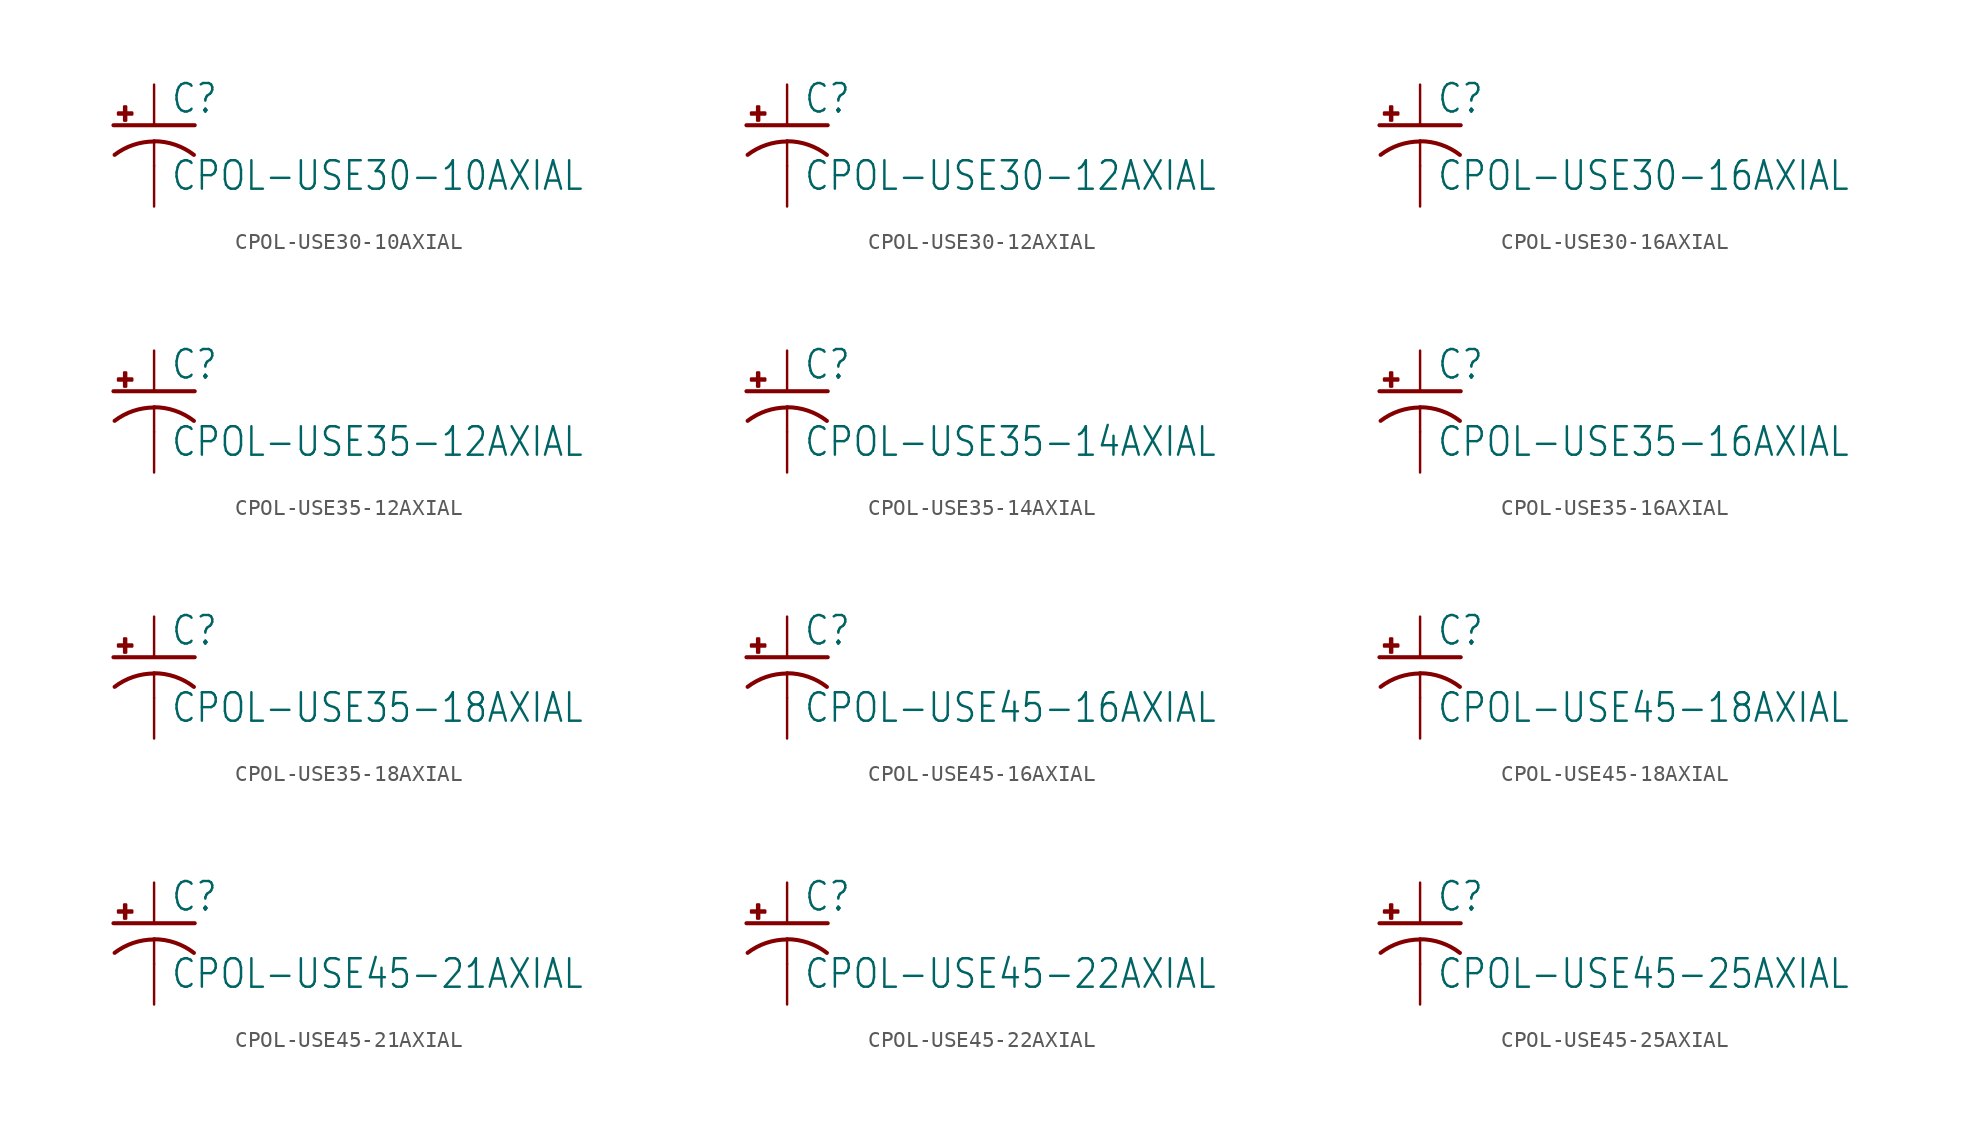
<source format=kicad_sym>
(kicad_symbol_lib
  (version 20220914)
  (generator kicad_symbol_editor)
  (symbol "CPOL-USE30-10AXIAL"
    (property "Reference" "C"
      (at 1.016 0.635 0)
      (effects (font (size 1.778 1.511)) (justify left bottom)))
    (property "Value" "CPOL-USE30-10AXIAL"
      (at 1.016 -4.191 0)
      (effects (font (size 1.778 1.511)) (justify left bottom)))
    (property "ki_locked" ""
      (at 0 0 0)
      (effects (font (size 1.27 1.27))))
    (symbol "CPOL-USE30-10AXIAL_1_0"
      (rectangle (start -2.253 0.668) (end -1.364 0.795) (stroke (width 0) (type default)) (fill (type outline)))
      (rectangle (start -1.872 0.287) (end -1.745 1.176) (stroke (width 0) (type default)) (fill (type outline)))
      (arc (start 0 -1.0161) (mid -1.3021 -1.2302) (end -2.4669 -1.8504) (stroke (width 0.254) (type default)) (fill (type none)))
      (polyline (pts (xy -2.54 0) (xy 2.54 0)) (stroke (width 0.254) (type default)) (fill (type none)))
      (polyline (pts (xy 0 -1.016) (xy 0 -2.54)) (stroke (width 0.152) (type default)) (fill (type none)))
      (arc (start 2.4892 -1.8542) (mid 1.3158 -1.2195) (end 0 -1) (stroke (width 0.254) (type default)) (fill (type none)))
      (pin passive line (at 0 2.54 270) (length 2.54) (name "+" (effects (font (size 0 0)))) (number "+" (effects (font (size 0 0)))))
      (pin passive line (at 0 -5.08 90) (length 2.54) (name "-" (effects (font (size 0 0)))) (number "-" (effects (font (size 0 0)))))))
  (symbol "CPOL-USE30-12AXIAL"
    (property "Reference" "C"
      (at 1.016 0.635 0)
      (effects (font (size 1.778 1.511)) (justify left bottom)))
    (property "Value" "CPOL-USE30-12AXIAL"
      (at 1.016 -4.191 0)
      (effects (font (size 1.778 1.511)) (justify left bottom)))
    (property "ki_locked" ""
      (at 0 0 0)
      (effects (font (size 1.27 1.27))))
    (symbol "CPOL-USE30-12AXIAL_1_0"
      (rectangle (start -2.253 0.668) (end -1.364 0.795) (stroke (width 0) (type default)) (fill (type outline)))
      (rectangle (start -1.872 0.287) (end -1.745 1.176) (stroke (width 0) (type default)) (fill (type outline)))
      (arc (start 0 -1.0161) (mid -1.3021 -1.2302) (end -2.4669 -1.8504) (stroke (width 0.254) (type default)) (fill (type none)))
      (polyline (pts (xy -2.54 0) (xy 2.54 0)) (stroke (width 0.254) (type default)) (fill (type none)))
      (polyline (pts (xy 0 -1.016) (xy 0 -2.54)) (stroke (width 0.152) (type default)) (fill (type none)))
      (arc (start 2.4892 -1.8542) (mid 1.3158 -1.2195) (end 0 -1) (stroke (width 0.254) (type default)) (fill (type none)))
      (pin passive line (at 0 2.54 270) (length 2.54) (name "+" (effects (font (size 0 0)))) (number "+" (effects (font (size 0 0)))))
      (pin passive line (at 0 -5.08 90) (length 2.54) (name "-" (effects (font (size 0 0)))) (number "-" (effects (font (size 0 0)))))))
  (symbol "CPOL-USE30-16AXIAL"
    (property "Reference" "C"
      (at 1.016 0.635 0)
      (effects (font (size 1.778 1.511)) (justify left bottom)))
    (property "Value" "CPOL-USE30-16AXIAL"
      (at 1.016 -4.191 0)
      (effects (font (size 1.778 1.511)) (justify left bottom)))
    (property "ki_locked" ""
      (at 0 0 0)
      (effects (font (size 1.27 1.27))))
    (symbol "CPOL-USE30-16AXIAL_1_0"
      (rectangle (start -2.253 0.668) (end -1.364 0.795) (stroke (width 0) (type default)) (fill (type outline)))
      (rectangle (start -1.872 0.287) (end -1.745 1.176) (stroke (width 0) (type default)) (fill (type outline)))
      (arc (start 0 -1.0161) (mid -1.3021 -1.2302) (end -2.4669 -1.8504) (stroke (width 0.254) (type default)) (fill (type none)))
      (polyline (pts (xy -2.54 0) (xy 2.54 0)) (stroke (width 0.254) (type default)) (fill (type none)))
      (polyline (pts (xy 0 -1.016) (xy 0 -2.54)) (stroke (width 0.152) (type default)) (fill (type none)))
      (arc (start 2.4892 -1.8542) (mid 1.3158 -1.2195) (end 0 -1) (stroke (width 0.254) (type default)) (fill (type none)))
      (pin passive line (at 0 2.54 270) (length 2.54) (name "+" (effects (font (size 0 0)))) (number "+" (effects (font (size 0 0)))))
      (pin passive line (at 0 -5.08 90) (length 2.54) (name "-" (effects (font (size 0 0)))) (number "-" (effects (font (size 0 0)))))))
  (symbol "CPOL-USE35-12AXIAL"
    (property "Reference" "C"
      (at 1.016 0.635 0)
      (effects (font (size 1.778 1.511)) (justify left bottom)))
    (property "Value" "CPOL-USE35-12AXIAL"
      (at 1.016 -4.191 0)
      (effects (font (size 1.778 1.511)) (justify left bottom)))
    (property "ki_locked" ""
      (at 0 0 0)
      (effects (font (size 1.27 1.27))))
    (symbol "CPOL-USE35-12AXIAL_1_0"
      (rectangle (start -2.253 0.668) (end -1.364 0.795) (stroke (width 0) (type default)) (fill (type outline)))
      (rectangle (start -1.872 0.287) (end -1.745 1.176) (stroke (width 0) (type default)) (fill (type outline)))
      (arc (start 0 -1.0161) (mid -1.3021 -1.2302) (end -2.4669 -1.8504) (stroke (width 0.254) (type default)) (fill (type none)))
      (polyline (pts (xy -2.54 0) (xy 2.54 0)) (stroke (width 0.254) (type default)) (fill (type none)))
      (polyline (pts (xy 0 -1.016) (xy 0 -2.54)) (stroke (width 0.152) (type default)) (fill (type none)))
      (arc (start 2.4892 -1.8542) (mid 1.3158 -1.2195) (end 0 -1) (stroke (width 0.254) (type default)) (fill (type none)))
      (pin passive line (at 0 2.54 270) (length 2.54) (name "+" (effects (font (size 0 0)))) (number "+" (effects (font (size 0 0)))))
      (pin passive line (at 0 -5.08 90) (length 2.54) (name "-" (effects (font (size 0 0)))) (number "-" (effects (font (size 0 0)))))))
  (symbol "CPOL-USE35-14AXIAL"
    (property "Reference" "C"
      (at 1.016 0.635 0)
      (effects (font (size 1.778 1.511)) (justify left bottom)))
    (property "Value" "CPOL-USE35-14AXIAL"
      (at 1.016 -4.191 0)
      (effects (font (size 1.778 1.511)) (justify left bottom)))
    (property "ki_locked" ""
      (at 0 0 0)
      (effects (font (size 1.27 1.27))))
    (symbol "CPOL-USE35-14AXIAL_1_0"
      (rectangle (start -2.253 0.668) (end -1.364 0.795) (stroke (width 0) (type default)) (fill (type outline)))
      (rectangle (start -1.872 0.287) (end -1.745 1.176) (stroke (width 0) (type default)) (fill (type outline)))
      (arc (start 0 -1.0161) (mid -1.3021 -1.2302) (end -2.4669 -1.8504) (stroke (width 0.254) (type default)) (fill (type none)))
      (polyline (pts (xy -2.54 0) (xy 2.54 0)) (stroke (width 0.254) (type default)) (fill (type none)))
      (polyline (pts (xy 0 -1.016) (xy 0 -2.54)) (stroke (width 0.152) (type default)) (fill (type none)))
      (arc (start 2.4892 -1.8542) (mid 1.3158 -1.2195) (end 0 -1) (stroke (width 0.254) (type default)) (fill (type none)))
      (pin passive line (at 0 2.54 270) (length 2.54) (name "+" (effects (font (size 0 0)))) (number "+" (effects (font (size 0 0)))))
      (pin passive line (at 0 -5.08 90) (length 2.54) (name "-" (effects (font (size 0 0)))) (number "-" (effects (font (size 0 0)))))))
  (symbol "CPOL-USE35-16AXIAL"
    (property "Reference" "C"
      (at 1.016 0.635 0)
      (effects (font (size 1.778 1.511)) (justify left bottom)))
    (property "Value" "CPOL-USE35-16AXIAL"
      (at 1.016 -4.191 0)
      (effects (font (size 1.778 1.511)) (justify left bottom)))
    (property "ki_locked" ""
      (at 0 0 0)
      (effects (font (size 1.27 1.27))))
    (symbol "CPOL-USE35-16AXIAL_1_0"
      (rectangle (start -2.253 0.668) (end -1.364 0.795) (stroke (width 0) (type default)) (fill (type outline)))
      (rectangle (start -1.872 0.287) (end -1.745 1.176) (stroke (width 0) (type default)) (fill (type outline)))
      (arc (start 0 -1.0161) (mid -1.3021 -1.2302) (end -2.4669 -1.8504) (stroke (width 0.254) (type default)) (fill (type none)))
      (polyline (pts (xy -2.54 0) (xy 2.54 0)) (stroke (width 0.254) (type default)) (fill (type none)))
      (polyline (pts (xy 0 -1.016) (xy 0 -2.54)) (stroke (width 0.152) (type default)) (fill (type none)))
      (arc (start 2.4892 -1.8542) (mid 1.3158 -1.2195) (end 0 -1) (stroke (width 0.254) (type default)) (fill (type none)))
      (pin passive line (at 0 2.54 270) (length 2.54) (name "+" (effects (font (size 0 0)))) (number "+" (effects (font (size 0 0)))))
      (pin passive line (at 0 -5.08 90) (length 2.54) (name "-" (effects (font (size 0 0)))) (number "-" (effects (font (size 0 0)))))))
  (symbol "CPOL-USE35-18AXIAL"
    (property "Reference" "C"
      (at 1.016 0.635 0)
      (effects (font (size 1.778 1.511)) (justify left bottom)))
    (property "Value" "CPOL-USE35-18AXIAL"
      (at 1.016 -4.191 0)
      (effects (font (size 1.778 1.511)) (justify left bottom)))
    (property "ki_locked" ""
      (at 0 0 0)
      (effects (font (size 1.27 1.27))))
    (symbol "CPOL-USE35-18AXIAL_1_0"
      (rectangle (start -2.253 0.668) (end -1.364 0.795) (stroke (width 0) (type default)) (fill (type outline)))
      (rectangle (start -1.872 0.287) (end -1.745 1.176) (stroke (width 0) (type default)) (fill (type outline)))
      (arc (start 0 -1.0161) (mid -1.3021 -1.2302) (end -2.4669 -1.8504) (stroke (width 0.254) (type default)) (fill (type none)))
      (polyline (pts (xy -2.54 0) (xy 2.54 0)) (stroke (width 0.254) (type default)) (fill (type none)))
      (polyline (pts (xy 0 -1.016) (xy 0 -2.54)) (stroke (width 0.152) (type default)) (fill (type none)))
      (arc (start 2.4892 -1.8542) (mid 1.3158 -1.2195) (end 0 -1) (stroke (width 0.254) (type default)) (fill (type none)))
      (pin passive line (at 0 2.54 270) (length 2.54) (name "+" (effects (font (size 0 0)))) (number "+" (effects (font (size 0 0)))))
      (pin passive line (at 0 -5.08 90) (length 2.54) (name "-" (effects (font (size 0 0)))) (number "-" (effects (font (size 0 0)))))))
  (symbol "CPOL-USE45-16AXIAL"
    (property "Reference" "C"
      (at 1.016 0.635 0)
      (effects (font (size 1.778 1.511)) (justify left bottom)))
    (property "Value" "CPOL-USE45-16AXIAL"
      (at 1.016 -4.191 0)
      (effects (font (size 1.778 1.511)) (justify left bottom)))
    (property "ki_locked" ""
      (at 0 0 0)
      (effects (font (size 1.27 1.27))))
    (symbol "CPOL-USE45-16AXIAL_1_0"
      (rectangle (start -2.253 0.668) (end -1.364 0.795) (stroke (width 0) (type default)) (fill (type outline)))
      (rectangle (start -1.872 0.287) (end -1.745 1.176) (stroke (width 0) (type default)) (fill (type outline)))
      (arc (start 0 -1.0161) (mid -1.3021 -1.2302) (end -2.4669 -1.8504) (stroke (width 0.254) (type default)) (fill (type none)))
      (polyline (pts (xy -2.54 0) (xy 2.54 0)) (stroke (width 0.254) (type default)) (fill (type none)))
      (polyline (pts (xy 0 -1.016) (xy 0 -2.54)) (stroke (width 0.152) (type default)) (fill (type none)))
      (arc (start 2.4892 -1.8542) (mid 1.3158 -1.2195) (end 0 -1) (stroke (width 0.254) (type default)) (fill (type none)))
      (pin passive line (at 0 2.54 270) (length 2.54) (name "+" (effects (font (size 0 0)))) (number "+" (effects (font (size 0 0)))))
      (pin passive line (at 0 -5.08 90) (length 2.54) (name "-" (effects (font (size 0 0)))) (number "-" (effects (font (size 0 0)))))))
  (symbol "CPOL-USE45-18AXIAL"
    (property "Reference" "C"
      (at 1.016 0.635 0)
      (effects (font (size 1.778 1.511)) (justify left bottom)))
    (property "Value" "CPOL-USE45-18AXIAL"
      (at 1.016 -4.191 0)
      (effects (font (size 1.778 1.511)) (justify left bottom)))
    (property "ki_locked" ""
      (at 0 0 0)
      (effects (font (size 1.27 1.27))))
    (symbol "CPOL-USE45-18AXIAL_1_0"
      (rectangle (start -2.253 0.668) (end -1.364 0.795) (stroke (width 0) (type default)) (fill (type outline)))
      (rectangle (start -1.872 0.287) (end -1.745 1.176) (stroke (width 0) (type default)) (fill (type outline)))
      (arc (start 0 -1.0161) (mid -1.3021 -1.2302) (end -2.4669 -1.8504) (stroke (width 0.254) (type default)) (fill (type none)))
      (polyline (pts (xy -2.54 0) (xy 2.54 0)) (stroke (width 0.254) (type default)) (fill (type none)))
      (polyline (pts (xy 0 -1.016) (xy 0 -2.54)) (stroke (width 0.152) (type default)) (fill (type none)))
      (arc (start 2.4892 -1.8542) (mid 1.3158 -1.2195) (end 0 -1) (stroke (width 0.254) (type default)) (fill (type none)))
      (pin passive line (at 0 2.54 270) (length 2.54) (name "+" (effects (font (size 0 0)))) (number "+" (effects (font (size 0 0)))))
      (pin passive line (at 0 -5.08 90) (length 2.54) (name "-" (effects (font (size 0 0)))) (number "-" (effects (font (size 0 0)))))))
  (symbol "CPOL-USE45-21AXIAL"
    (property "Reference" "C"
      (at 1.016 0.635 0)
      (effects (font (size 1.778 1.511)) (justify left bottom)))
    (property "Value" "CPOL-USE45-21AXIAL"
      (at 1.016 -4.191 0)
      (effects (font (size 1.778 1.511)) (justify left bottom)))
    (property "ki_locked" ""
      (at 0 0 0)
      (effects (font (size 1.27 1.27))))
    (symbol "CPOL-USE45-21AXIAL_1_0"
      (rectangle (start -2.253 0.668) (end -1.364 0.795) (stroke (width 0) (type default)) (fill (type outline)))
      (rectangle (start -1.872 0.287) (end -1.745 1.176) (stroke (width 0) (type default)) (fill (type outline)))
      (arc (start 0 -1.0161) (mid -1.3021 -1.2302) (end -2.4669 -1.8504) (stroke (width 0.254) (type default)) (fill (type none)))
      (polyline (pts (xy -2.54 0) (xy 2.54 0)) (stroke (width 0.254) (type default)) (fill (type none)))
      (polyline (pts (xy 0 -1.016) (xy 0 -2.54)) (stroke (width 0.152) (type default)) (fill (type none)))
      (arc (start 2.4892 -1.8542) (mid 1.3158 -1.2195) (end 0 -1) (stroke (width 0.254) (type default)) (fill (type none)))
      (pin passive line (at 0 2.54 270) (length 2.54) (name "+" (effects (font (size 0 0)))) (number "+" (effects (font (size 0 0)))))
      (pin passive line (at 0 -5.08 90) (length 2.54) (name "-" (effects (font (size 0 0)))) (number "-" (effects (font (size 0 0)))))))
  (symbol "CPOL-USE45-22AXIAL"
    (property "Reference" "C"
      (at 1.016 0.635 0)
      (effects (font (size 1.778 1.511)) (justify left bottom)))
    (property "Value" "CPOL-USE45-22AXIAL"
      (at 1.016 -4.191 0)
      (effects (font (size 1.778 1.511)) (justify left bottom)))
    (property "ki_locked" ""
      (at 0 0 0)
      (effects (font (size 1.27 1.27))))
    (symbol "CPOL-USE45-22AXIAL_1_0"
      (rectangle (start -2.253 0.668) (end -1.364 0.795) (stroke (width 0) (type default)) (fill (type outline)))
      (rectangle (start -1.872 0.287) (end -1.745 1.176) (stroke (width 0) (type default)) (fill (type outline)))
      (arc (start 0 -1.0161) (mid -1.3021 -1.2302) (end -2.4669 -1.8504) (stroke (width 0.254) (type default)) (fill (type none)))
      (polyline (pts (xy -2.54 0) (xy 2.54 0)) (stroke (width 0.254) (type default)) (fill (type none)))
      (polyline (pts (xy 0 -1.016) (xy 0 -2.54)) (stroke (width 0.152) (type default)) (fill (type none)))
      (arc (start 2.4892 -1.8542) (mid 1.3158 -1.2195) (end 0 -1) (stroke (width 0.254) (type default)) (fill (type none)))
      (pin passive line (at 0 2.54 270) (length 2.54) (name "+" (effects (font (size 0 0)))) (number "+" (effects (font (size 0 0)))))
      (pin passive line (at 0 -5.08 90) (length 2.54) (name "-" (effects (font (size 0 0)))) (number "-" (effects (font (size 0 0)))))))
  (symbol "CPOL-USE45-25AXIAL"
    (property "Reference" "C"
      (at 1.016 0.635 0)
      (effects (font (size 1.778 1.511)) (justify left bottom)))
    (property "Value" "CPOL-USE45-25AXIAL"
      (at 1.016 -4.191 0)
      (effects (font (size 1.778 1.511)) (justify left bottom)))
    (property "ki_locked" ""
      (at 0 0 0)
      (effects (font (size 1.27 1.27))))
    (symbol "CPOL-USE45-25AXIAL_1_0"
      (rectangle (start -2.253 0.668) (end -1.364 0.795) (stroke (width 0) (type default)) (fill (type outline)))
      (rectangle (start -1.872 0.287) (end -1.745 1.176) (stroke (width 0) (type default)) (fill (type outline)))
      (arc (start 0 -1.0161) (mid -1.3021 -1.2302) (end -2.4669 -1.8504) (stroke (width 0.254) (type default)) (fill (type none)))
      (polyline (pts (xy -2.54 0) (xy 2.54 0)) (stroke (width 0.254) (type default)) (fill (type none)))
      (polyline (pts (xy 0 -1.016) (xy 0 -2.54)) (stroke (width 0.152) (type default)) (fill (type none)))
      (arc (start 2.4892 -1.8542) (mid 1.3158 -1.2195) (end 0 -1) (stroke (width 0.254) (type default)) (fill (type none)))
      (pin passive line (at 0 2.54 270) (length 2.54) (name "+" (effects (font (size 0 0)))) (number "+" (effects (font (size 0 0)))))
      (pin passive line (at 0 -5.08 90) (length 2.54) (name "-" (effects (font (size 0 0)))) (number "-" (effects (font (size 0 0))))))))
</source>
